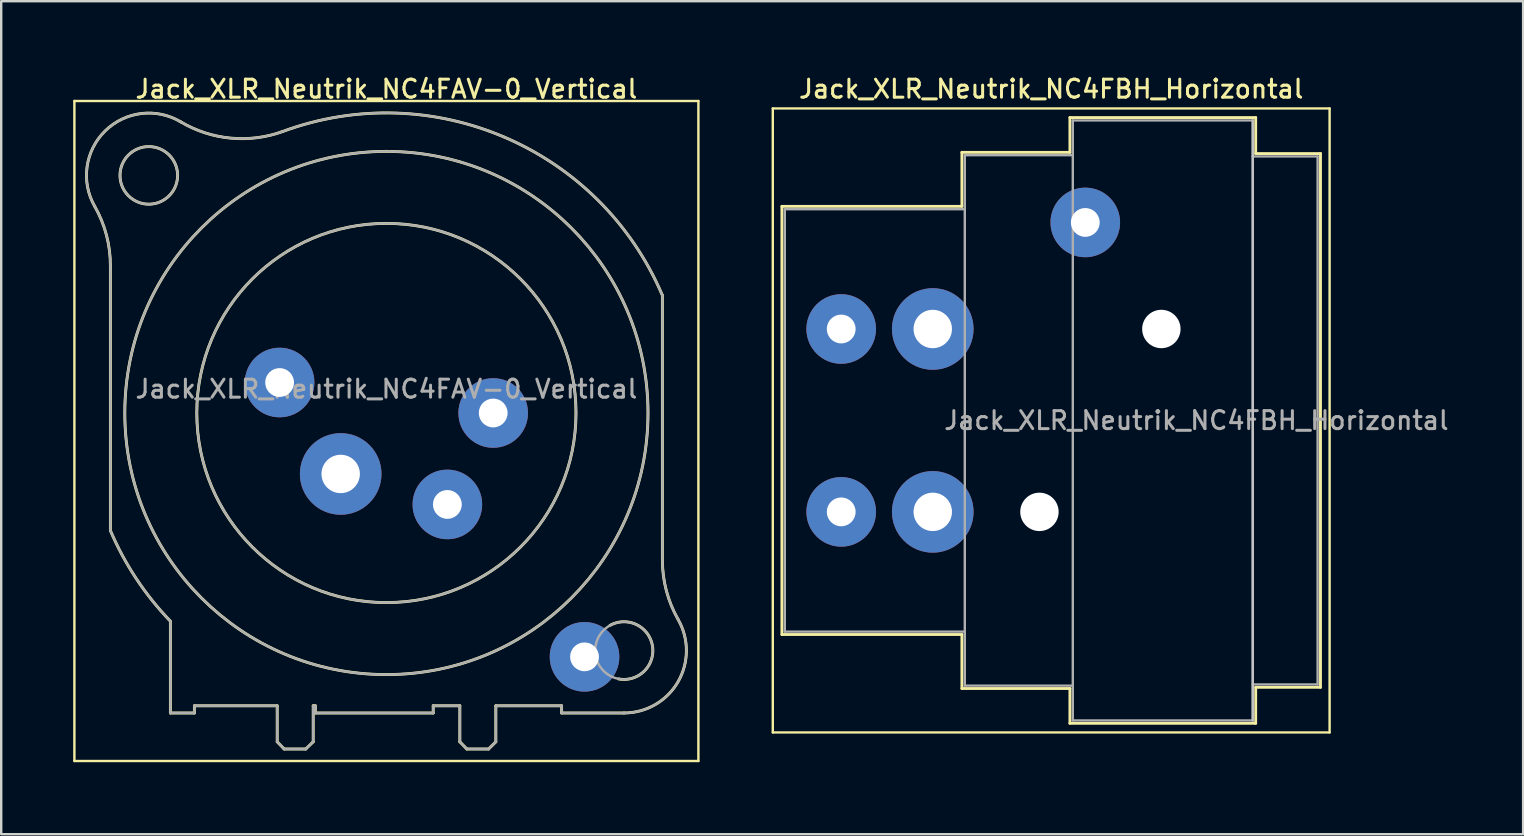
<source format=kicad_pcb>
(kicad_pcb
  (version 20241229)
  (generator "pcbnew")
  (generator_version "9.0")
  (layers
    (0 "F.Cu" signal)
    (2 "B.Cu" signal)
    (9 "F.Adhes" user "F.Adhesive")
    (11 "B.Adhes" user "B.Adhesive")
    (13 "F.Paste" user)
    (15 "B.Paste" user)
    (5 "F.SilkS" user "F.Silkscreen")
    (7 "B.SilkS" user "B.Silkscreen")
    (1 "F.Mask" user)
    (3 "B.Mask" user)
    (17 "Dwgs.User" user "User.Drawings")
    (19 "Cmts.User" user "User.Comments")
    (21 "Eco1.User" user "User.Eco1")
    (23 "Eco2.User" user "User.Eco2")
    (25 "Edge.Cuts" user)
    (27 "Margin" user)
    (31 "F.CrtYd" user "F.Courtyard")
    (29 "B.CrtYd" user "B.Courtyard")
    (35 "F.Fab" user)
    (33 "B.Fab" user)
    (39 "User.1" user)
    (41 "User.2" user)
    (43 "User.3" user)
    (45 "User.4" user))
  (footprint "Jack_XLR_Neutrik_NC4FAV-0_Vertical"
    (layer "F.Cu")
    (at 17.5 14.158)
    (property "Reference" "Jack_XLR_Neutrik_NC4FAV-0_Vertical" (at -4.45 -13.5 0) (layer "F.SilkS") (effects (font (size 0.75 0.75) (thickness 0.125))))
    (attr through_hole)
    (fp_line (start -17.45 -13) (end 8.55 -13) (stroke (width 0.1) (type solid)) (layer "F.SilkS"))
    (fp_line (start -17.45 14.5) (end -17.45 -13) (stroke (width 0.1) (type solid)) (layer "F.SilkS"))
    (fp_line (start -15.95 -6.13) (end -15.95 4.9) (stroke (width 0.12) (type solid)) (layer "F.SilkS"))
    (fp_line (start -13.45 8.68) (end -13.45 12.5) (stroke (width 0.12) (type solid)) (layer "F.SilkS"))
    (fp_line (start -12.45 12.2) (end -12.45 12.5) (stroke (width 0.12) (type solid)) (layer "F.SilkS"))
    (fp_line (start -12.45 12.5) (end -13.45 12.5) (stroke (width 0.12) (type solid)) (layer "F.SilkS"))
    (fp_line (start -9 12.2) (end -12.45 12.2) (stroke (width 0.12) (type solid)) (layer "F.SilkS"))
    (fp_line (start -9 12.2) (end -9 13.7) (stroke (width 0.12) (type solid)) (layer "F.SilkS"))
    (fp_line (start -9 13.7) (end -8.71 14) (stroke (width 0.12) (type solid)) (layer "F.SilkS"))
    (fp_line (start -8.71 14) (end -7.81 14) (stroke (width 0.12) (type solid)) (layer "F.SilkS"))
    (fp_line (start -7.5 12.2) (end -7.5 13.7) (stroke (width 0.12) (type solid)) (layer "F.SilkS"))
    (fp_line (start -7.5 13.7) (end -7.81 14) (stroke (width 0.12) (type solid)) (layer "F.SilkS"))
    (fp_line (start -7.41 12.2) (end -7.5 12.2) (stroke (width 0.12) (type solid)) (layer "F.SilkS"))
    (fp_line (start -7.41 12.2) (end -7.41 12.5) (stroke (width 0.12) (type solid)) (layer "F.SilkS"))
    (fp_line (start -2.5 12.2) (end -2.5 12.5) (stroke (width 0.12) (type solid)) (layer "F.SilkS"))
    (fp_line (start -2.5 12.2) (end -1.39 12.2) (stroke (width 0.12) (type solid)) (layer "F.SilkS"))
    (fp_line (start -2.5 12.5) (end -7.41 12.5) (stroke (width 0.12) (type solid)) (layer "F.SilkS"))
    (fp_line (start -1.39 12.2) (end -1.39 13.7) (stroke (width 0.12) (type solid)) (layer "F.SilkS"))
    (fp_line (start -1.39 13.7) (end -1.1 14) (stroke (width 0.12) (type solid)) (layer "F.SilkS"))
    (fp_line (start -1.1 14) (end -0.19 14) (stroke (width 0.12) (type solid)) (layer "F.SilkS"))
    (fp_line (start 0.11 12.2) (end 0.11 13.7) (stroke (width 0.12) (type solid)) (layer "F.SilkS"))
    (fp_line (start 0.11 12.2) (end 2.85 12.2) (stroke (width 0.12) (type solid)) (layer "F.SilkS"))
    (fp_line (start 0.11 13.7) (end -0.19 14) (stroke (width 0.12) (type solid)) (layer "F.SilkS"))
    (fp_line (start 2.85 12.2) (end 2.85 12.5) (stroke (width 0.12) (type solid)) (layer "F.SilkS"))
    (fp_line (start 5.45 12.5) (end 2.85 12.5) (stroke (width 0.12) (type solid)) (layer "F.SilkS"))
    (fp_line (start 7.05 6.13) (end 7.05 -4.9) (stroke (width 0.12) (type solid)) (layer "F.SilkS"))
    (fp_line (start 8.55 -13) (end 8.55 14.5) (stroke (width 0.1) (type solid)) (layer "F.SilkS"))
    (fp_line (start 8.55 14.5) (end -17.45 14.5) (stroke (width 0.1) (type solid)) (layer "F.SilkS"))
    (fp_arc (start -16.605678 -8.61403) (mid -16.167892 -11.753934) (end -13.02 -12.13) (stroke (width 0.12) (type solid)) (layer "F.SilkS"))
    (fp_arc (start -16.601888 -8.608607) (mid -16.114437 -7.411781) (end -15.95 -6.13) (stroke (width 0.12) (type solid)) (layer "F.SilkS"))
    (fp_arc (start -13.460471 8.664376) (mid -14.876528 6.89547) (end -15.95 4.9) (stroke (width 0.12) (type solid)) (layer "F.SilkS"))
    (fp_arc (start -8.782378 -11.725634) (mid 0.49884 -11.479067) (end 7.05 -4.9) (stroke (width 0.12) (type solid)) (layer "F.SilkS"))
    (fp_arc (start -8.765808 -11.730188) (mid -10.937772 -11.452682) (end -13.02 -12.13) (stroke (width 0.12) (type solid)) (layer "F.SilkS"))
    (fp_arc (start 4.867701 8.848226) (mid 6.637502 9.712546) (end 5.22 11.08) (stroke (width 0.12) (type solid)) (layer "F.SilkS"))
    (fp_arc (start 7.706842 8.607293) (mid 7.216999 7.411447) (end 7.05 6.13) (stroke (width 0.12) (type solid)) (layer "F.SilkS"))
    (fp_arc (start 7.708442 8.611807) (mid 7.698255 11.20589) (end 5.45 12.5) (stroke (width 0.12) (type solid)) (layer "F.SilkS"))
    (fp_circle (center -14.35 -9.9) (end -13.15 -9.9) (stroke (width 0.12) (type solid)) (fill no) (layer "F.SilkS"))
    (fp_circle (center -4.45 0) (end 3.45 0) (stroke (width 0.12) (type solid)) (fill no) (layer "F.SilkS"))
    (fp_circle (center -4.45 0) (end 6.45 0) (stroke (width 0.12) (type solid)) (fill no) (layer "F.SilkS"))
    (fp_line (start -15.95 -6.13) (end -15.95 4.9) (stroke (width 0.1) (type solid)) (layer "F.Fab"))
    (fp_line (start -13.45 8.68) (end -13.45 12.5) (stroke (width 0.1) (type solid)) (layer "F.Fab"))
    (fp_line (start -12.45 12.2) (end -12.45 12.5) (stroke (width 0.1) (type solid)) (layer "F.Fab"))
    (fp_line (start -12.45 12.5) (end -13.45 12.5) (stroke (width 0.1) (type solid)) (layer "F.Fab"))
    (fp_line (start -9 12.2) (end -12.45 12.2) (stroke (width 0.1) (type solid)) (layer "F.Fab"))
    (fp_line (start -9 12.2) (end -9 13.7) (stroke (width 0.1) (type solid)) (layer "F.Fab"))
    (fp_line (start -9 13.7) (end -8.71 14) (stroke (width 0.1) (type solid)) (layer "F.Fab"))
    (fp_line (start -8.71 14) (end -7.81 14) (stroke (width 0.1) (type solid)) (layer "F.Fab"))
    (fp_line (start -7.5 12.2) (end -7.5 13.7) (stroke (width 0.1) (type solid)) (layer "F.Fab"))
    (fp_line (start -7.5 13.7) (end -7.81 14) (stroke (width 0.1) (type solid)) (layer "F.Fab"))
    (fp_line (start -7.41 12.2) (end -7.5 12.2) (stroke (width 0.1) (type solid)) (layer "F.Fab"))
    (fp_line (start -7.41 12.2) (end -7.41 12.5) (stroke (width 0.1) (type solid)) (layer "F.Fab"))
    (fp_line (start -2.5 12.2) (end -2.5 12.5) (stroke (width 0.1) (type solid)) (layer "F.Fab"))
    (fp_line (start -2.5 12.2) (end -1.39 12.2) (stroke (width 0.1) (type solid)) (layer "F.Fab"))
    (fp_line (start -2.5 12.5) (end -7.41 12.5) (stroke (width 0.1) (type solid)) (layer "F.Fab"))
    (fp_line (start -1.39 12.2) (end -1.39 13.7) (stroke (width 0.1) (type solid)) (layer "F.Fab"))
    (fp_line (start -1.39 13.7) (end -1.1 14) (stroke (width 0.1) (type solid)) (layer "F.Fab"))
    (fp_line (start -1.1 14) (end -0.19 14) (stroke (width 0.1) (type solid)) (layer "F.Fab"))
    (fp_line (start 0.11 12.2) (end 0.11 13.7) (stroke (width 0.1) (type solid)) (layer "F.Fab"))
    (fp_line (start 0.11 12.2) (end 2.85 12.2) (stroke (width 0.1) (type solid)) (layer "F.Fab"))
    (fp_line (start 0.11 13.7) (end -0.19 14) (stroke (width 0.1) (type solid)) (layer "F.Fab"))
    (fp_line (start 2.85 12.2) (end 2.85 12.5) (stroke (width 0.1) (type solid)) (layer "F.Fab"))
    (fp_line (start 5.45 12.5) (end 2.85 12.5) (stroke (width 0.1) (type solid)) (layer "F.Fab"))
    (fp_line (start 7.05 6.13) (end 7.05 -4.9) (stroke (width 0.1) (type solid)) (layer "F.Fab"))
    (fp_arc (start -16.605678 -8.61403) (mid -16.167892 -11.753934) (end -13.02 -12.13) (stroke (width 0.1) (type solid)) (layer "F.Fab"))
    (fp_arc (start -16.601888 -8.608607) (mid -16.114437 -7.411781) (end -15.95 -6.13) (stroke (width 0.1) (type solid)) (layer "F.Fab"))
    (fp_arc (start -13.460471 8.664376) (mid -14.876528 6.89547) (end -15.95 4.9) (stroke (width 0.1) (type solid)) (layer "F.Fab"))
    (fp_arc (start -8.782378 -11.725634) (mid 0.49884 -11.479067) (end 7.05 -4.9) (stroke (width 0.1) (type solid)) (layer "F.Fab"))
    (fp_arc (start -8.765808 -11.730188) (mid -10.937772 -11.452682) (end -13.02 -12.13) (stroke (width 0.1) (type solid)) (layer "F.Fab"))
    (fp_arc (start 7.706842 8.607293) (mid 7.216999 7.411447) (end 7.05 6.13) (stroke (width 0.1) (type solid)) (layer "F.Fab"))
    (fp_arc (start 7.708442 8.611807) (mid 7.698255 11.20589) (end 5.45 12.5) (stroke (width 0.1) (type solid)) (layer "F.Fab"))
    (fp_circle (center -14.35 -9.9) (end -13.15 -9.9) (stroke (width 0.1) (type solid)) (fill no) (layer "F.Fab"))
    (fp_circle (center -4.45 0) (end 3.45 0) (stroke (width 0.1) (type solid)) (fill no) (layer "F.Fab"))
    (fp_circle (center -4.45 0) (end 6.45 0) (stroke (width 0.1) (type solid)) (fill no) (layer "F.Fab"))
    (fp_circle (center 5.45 9.9) (end 6.65 9.9) (stroke (width 0.1) (type solid)) (fill no) (layer "F.Fab"))
    (fp_text user "${REFERENCE}" (at -4.45 -1 0) (layer "F.Fab") (effects (font (size 0.75 0.75) (thickness 0.125))))
    (pad "1" thru_hole circle (at 0 0) (size 2.9 2.9) (drill 1.2) (layers "*.Cu" "*.Mask"))
    (pad "2" thru_hole circle (at -1.91 3.81) (size 2.9 2.9) (drill 1.2) (layers "*.Cu" "*.Mask"))
    (pad "3" thru_hole circle (at -6.355 2.54) (size 3.4 3.4) (drill 1.6) (layers "*.Cu" "*.Mask"))
    (pad "4" thru_hole circle (at -8.9 -1.27) (size 2.9 2.9) (drill 1.2) (layers "*.Cu" "*.Mask"))
    (pad "G" thru_hole circle (at 3.805 10.16) (size 2.9 2.9) (drill 1.2) (layers "*.Cu" "*.Mask")))
  (footprint "Jack_XLR_Neutrik_NC4FBH_Horizontal"
    (layer "F.Cu")
    (at 32 10.658)
    (property "Reference" "Jack_XLR_Neutrik_NC4FBH_Horizontal" (at 8.75 -10 0) (layer "F.SilkS") (effects (font (size 0.75 0.75) (thickness 0.125))))
    (attr through_hole)
    (fp_line (start -2.85 -9.19) (end -2.85 16.81) (stroke (width 0.1) (type solid)) (layer "F.SilkS"))
    (fp_line (start -2.47 -5.11) (end -2.47 12.73) (stroke (width 0.12) (type solid)) (layer "F.SilkS"))
    (fp_line (start 5.03 -5.11) (end -2.47 -5.11) (stroke (width 0.12) (type solid)) (layer "F.SilkS"))
    (fp_line (start 5.03 -5.11) (end 5.03 -7.36) (stroke (width 0.12) (type solid)) (layer "F.SilkS"))
    (fp_line (start 5.03 12.73) (end -2.47 12.73) (stroke (width 0.12) (type solid)) (layer "F.SilkS"))
    (fp_line (start 5.03 12.73) (end 5.03 14.98) (stroke (width 0.12) (type solid)) (layer "F.SilkS"))
    (fp_line (start 9.53 -7.36) (end 5.03 -7.36) (stroke (width 0.12) (type solid)) (layer "F.SilkS"))
    (fp_line (start 9.53 -7.36) (end 9.53 -8.81) (stroke (width 0.12) (type solid)) (layer "F.SilkS"))
    (fp_line (start 9.53 14.98) (end 5.03 14.98) (stroke (width 0.12) (type solid)) (layer "F.SilkS"))
    (fp_line (start 9.53 16.43) (end 9.53 14.98) (stroke (width 0.12) (type solid)) (layer "F.SilkS"))
    (fp_line (start 17.27 -8.81) (end 9.53 -8.81) (stroke (width 0.12) (type solid)) (layer "F.SilkS"))
    (fp_line (start 17.27 -8.81) (end 17.27 -7.31) (stroke (width 0.12) (type solid)) (layer "F.SilkS"))
    (fp_line (start 17.27 -7.31) (end 19.97 -7.31) (stroke (width 0.12) (type solid)) (layer "F.SilkS"))
    (fp_line (start 17.27 14.93) (end 17.27 16.43) (stroke (width 0.12) (type solid)) (layer "F.SilkS"))
    (fp_line (start 17.27 14.93) (end 19.97 14.93) (stroke (width 0.12) (type solid)) (layer "F.SilkS"))
    (fp_line (start 17.27 16.43) (end 9.53 16.43) (stroke (width 0.12) (type solid)) (layer "F.SilkS"))
    (fp_line (start 19.97 -7.31) (end 19.97 14.93) (stroke (width 0.12) (type solid)) (layer "F.SilkS"))
    (fp_line (start 20.35 -9.19) (end -2.85 -9.19) (stroke (width 0.1) (type solid)) (layer "F.SilkS"))
    (fp_line (start 20.35 -9.19) (end 20.35 16.81) (stroke (width 0.1) (type solid)) (layer "F.SilkS"))
    (fp_line (start 20.35 16.81) (end -2.85 16.81) (stroke (width 0.1) (type solid)) (layer "F.SilkS"))
    (fp_line (start 17.15 -8.69) (end 17.15 16.31) (stroke (width 0.1) (type solid)) (layer "Dwgs.User"))
    (fp_line (start -2.35 -4.99) (end -2.35 12.61) (stroke (width 0.1) (type solid)) (layer "F.Fab"))
    (fp_line (start 5.15 -4.99) (end -2.35 -4.99) (stroke (width 0.1) (type solid)) (layer "F.Fab"))
    (fp_line (start 5.15 12.61) (end -2.35 12.61) (stroke (width 0.1) (type solid)) (layer "F.Fab"))
    (fp_line (start 5.15 14.86) (end 5.15 -7.24) (stroke (width 0.1) (type solid)) (layer "F.Fab"))
    (fp_line (start 5.15 14.86) (end 9.65 14.86) (stroke (width 0.1) (type solid)) (layer "F.Fab"))
    (fp_line (start 9.65 -8.69) (end 17.15 -8.69) (stroke (width 0.1) (type solid)) (layer "F.Fab"))
    (fp_line (start 9.65 -7.24) (end 5.15 -7.24) (stroke (width 0.1) (type solid)) (layer "F.Fab"))
    (fp_line (start 9.65 16.31) (end 9.65 -8.69) (stroke (width 0.1) (type solid)) (layer "F.Fab"))
    (fp_line (start 17.15 -8.69) (end 17.15 16.31) (stroke (width 0.1) (type solid)) (layer "F.Fab"))
    (fp_line (start 17.15 -7.19) (end 19.85 -7.19) (stroke (width 0.1) (type solid)) (layer "F.Fab"))
    (fp_line (start 17.15 16.31) (end 9.65 16.31) (stroke (width 0.1) (type solid)) (layer "F.Fab"))
    (fp_line (start 19.85 -7.19) (end 19.85 14.81) (stroke (width 0.1) (type solid)) (layer "F.Fab"))
    (fp_line (start 19.85 14.81) (end 17.15 14.81) (stroke (width 0.1) (type solid)) (layer "F.Fab"))
    (fp_text user "${REFERENCE}" (at 14.8 3.81 0) (layer "F.Fab") (effects (font (size 0.75 0.75) (thickness 0.125))))
    (pad "" np_thru_hole circle (at 8.26 7.62) (size 1.6 1.6) (drill 1.6) (layers "*.Cu" "*.Mask"))
    (pad "" np_thru_hole circle (at 13.34 0) (size 1.6 1.6) (drill 1.6) (layers "*.Cu" "*.Mask"))
    (pad "1" thru_hole circle (at 0 0) (size 2.9 2.9) (drill 1.2) (layers "*.Cu" "*.Mask"))
    (pad "2" thru_hole circle (at 3.815 0) (size 3.4 3.4) (drill 1.6) (layers "*.Cu" "*.Mask"))
    (pad "3" thru_hole circle (at 3.815 7.62) (size 3.4 3.4) (drill 1.6) (layers "*.Cu" "*.Mask"))
    (pad "4" thru_hole circle (at 0 7.62) (size 2.9 2.9) (drill 1.2) (layers "*.Cu" "*.Mask"))
    (pad "G" thru_hole circle (at 10.17 -4.44) (size 2.9 2.9) (drill 1.2) (layers "*.Cu" "*.Mask")))
  (gr_rect
    (start -3 -3)
    (end 60.413 31.708)
    (stroke (width 0.1) (type default))
    (fill no)
    (layer "Edge.Cuts")))
</source>
